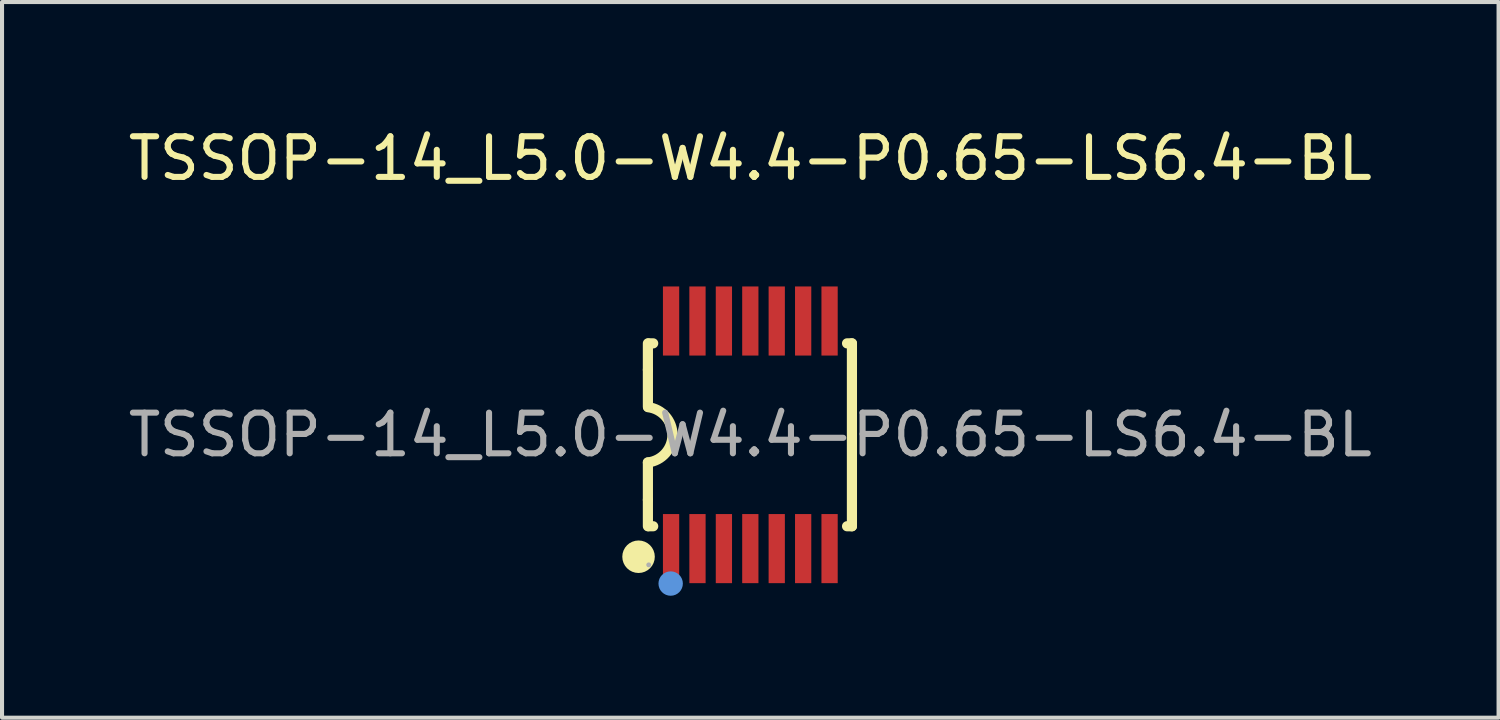
<source format=kicad_pcb>
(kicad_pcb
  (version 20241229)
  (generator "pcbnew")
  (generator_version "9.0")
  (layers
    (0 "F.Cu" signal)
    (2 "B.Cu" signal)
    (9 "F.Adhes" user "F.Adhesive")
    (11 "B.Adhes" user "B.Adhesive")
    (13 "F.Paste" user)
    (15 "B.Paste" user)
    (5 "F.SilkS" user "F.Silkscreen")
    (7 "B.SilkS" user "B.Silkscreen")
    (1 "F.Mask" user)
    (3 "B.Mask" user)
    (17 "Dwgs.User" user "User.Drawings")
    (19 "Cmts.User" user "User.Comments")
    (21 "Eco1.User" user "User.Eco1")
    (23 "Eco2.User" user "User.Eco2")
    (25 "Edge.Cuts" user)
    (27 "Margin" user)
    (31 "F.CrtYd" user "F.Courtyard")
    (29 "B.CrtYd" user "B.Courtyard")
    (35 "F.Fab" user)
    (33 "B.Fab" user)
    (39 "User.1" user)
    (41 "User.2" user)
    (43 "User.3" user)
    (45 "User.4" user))
  (footprint "TSSOP-14_L5.0-W4.4-P0.65-LS6.4-BL"
    (layer "F.Cu")
    (at 15.411 7.648)
    (property "Reference" "TSSOP-14_L5.0-W4.4-P0.65-LS6.4-BL" (at 0 -6.8 0) (layer "F.SilkS") (effects (font (size 1 1) (thickness 0.15))))
    (attr smd)
    (fp_line (start -2.52 -1.6) (end -2.52 -2.25) (stroke (width 0.25) (type solid)) (layer "F.SilkS"))
    (fp_line (start -2.52 -0.69) (end -2.52 -1.6) (stroke (width 0.25) (type solid)) (layer "F.SilkS"))
    (fp_line (start -2.52 1.6) (end -2.52 0.68) (stroke (width 0.25) (type solid)) (layer "F.SilkS"))
    (fp_line (start -2.52 1.6) (end -2.52 2.25) (stroke (width 0.25) (type solid)) (layer "F.SilkS"))
    (fp_line (start -2.5 -2.25) (end -2.39 -2.25) (stroke (width 0.25) (type solid)) (layer "F.SilkS"))
    (fp_line (start -2.39 2.25) (end -2.5 2.25) (stroke (width 0.25) (type solid)) (layer "F.SilkS"))
    (fp_line (start 2.38 -2.25) (end 2.5 -2.25) (stroke (width 0.25) (type solid)) (layer "F.SilkS"))
    (fp_line (start 2.5 -2.25) (end 2.5 2.25) (stroke (width 0.25) (type solid)) (layer "F.SilkS"))
    (fp_line (start 2.5 2.25) (end 2.38 2.25) (stroke (width 0.25) (type solid)) (layer "F.SilkS"))
    (fp_arc (start -2.515488 -0.679454) (mid -1.915314 0.002272) (end -2.52 0.68) (stroke (width 0.25) (type solid)) (layer "F.SilkS"))
    (fp_circle (center -2.75 3) (end -2.55 3) (stroke (width 0.4) (type solid)) (fill no) (layer "F.SilkS"))
    (fp_circle (center -1.96 3.66) (end -1.81 3.66) (stroke (width 0.3) (type solid)) (fill no) (layer "Cmts.User"))
    (fp_circle (center -2.5 3.2) (end -2.47 3.2) (stroke (width 0.06) (type solid)) (fill no) (layer "F.Fab"))
    (fp_text user "${REFERENCE}" (at 0 0 0) (layer "F.Fab") (effects (font (size 1 1) (thickness 0.15))))
    (pad "1" smd rect (at -1.95 2.8) (size 0.4 1.7) (layers "F.Cu" "F.Mask" "F.Paste"))
    (pad "2" smd rect (at -1.3 2.8) (size 0.4 1.7) (layers "F.Cu" "F.Mask" "F.Paste"))
    (pad "3" smd rect (at -0.65 2.8) (size 0.4 1.7) (layers "F.Cu" "F.Mask" "F.Paste"))
    (pad "4" smd rect (at 0 2.8) (size 0.4 1.7) (layers "F.Cu" "F.Mask" "F.Paste"))
    (pad "5" smd rect (at 0.65 2.8) (size 0.4 1.7) (layers "F.Cu" "F.Mask" "F.Paste"))
    (pad "6" smd rect (at 1.3 2.8) (size 0.4 1.7) (layers "F.Cu" "F.Mask" "F.Paste"))
    (pad "7" smd rect (at 1.95 2.8) (size 0.4 1.7) (layers "F.Cu" "F.Mask" "F.Paste"))
    (pad "8" smd rect (at 1.95 -2.8) (size 0.4 1.7) (layers "F.Cu" "F.Mask" "F.Paste"))
    (pad "9" smd rect (at 1.3 -2.8) (size 0.4 1.7) (layers "F.Cu" "F.Mask" "F.Paste"))
    (pad "10" smd rect (at 0.65 -2.8) (size 0.4 1.7) (layers "F.Cu" "F.Mask" "F.Paste"))
    (pad "11" smd rect (at 0 -2.8) (size 0.4 1.7) (layers "F.Cu" "F.Mask" "F.Paste"))
    (pad "12" smd rect (at -0.65 -2.8) (size 0.4 1.7) (layers "F.Cu" "F.Mask" "F.Paste"))
    (pad "13" smd rect (at -1.3 -2.8) (size 0.4 1.7) (layers "F.Cu" "F.Mask" "F.Paste"))
    (pad "14" smd rect (at -1.95 -2.8) (size 0.4 1.7) (layers "F.Cu" "F.Mask" "F.Paste")))
  (gr_rect
    (start -3 -3)
    (end 33.821 14.608)
    (stroke (width 0.1) (type default))
    (fill no)
    (layer "Edge.Cuts")))
</source>
